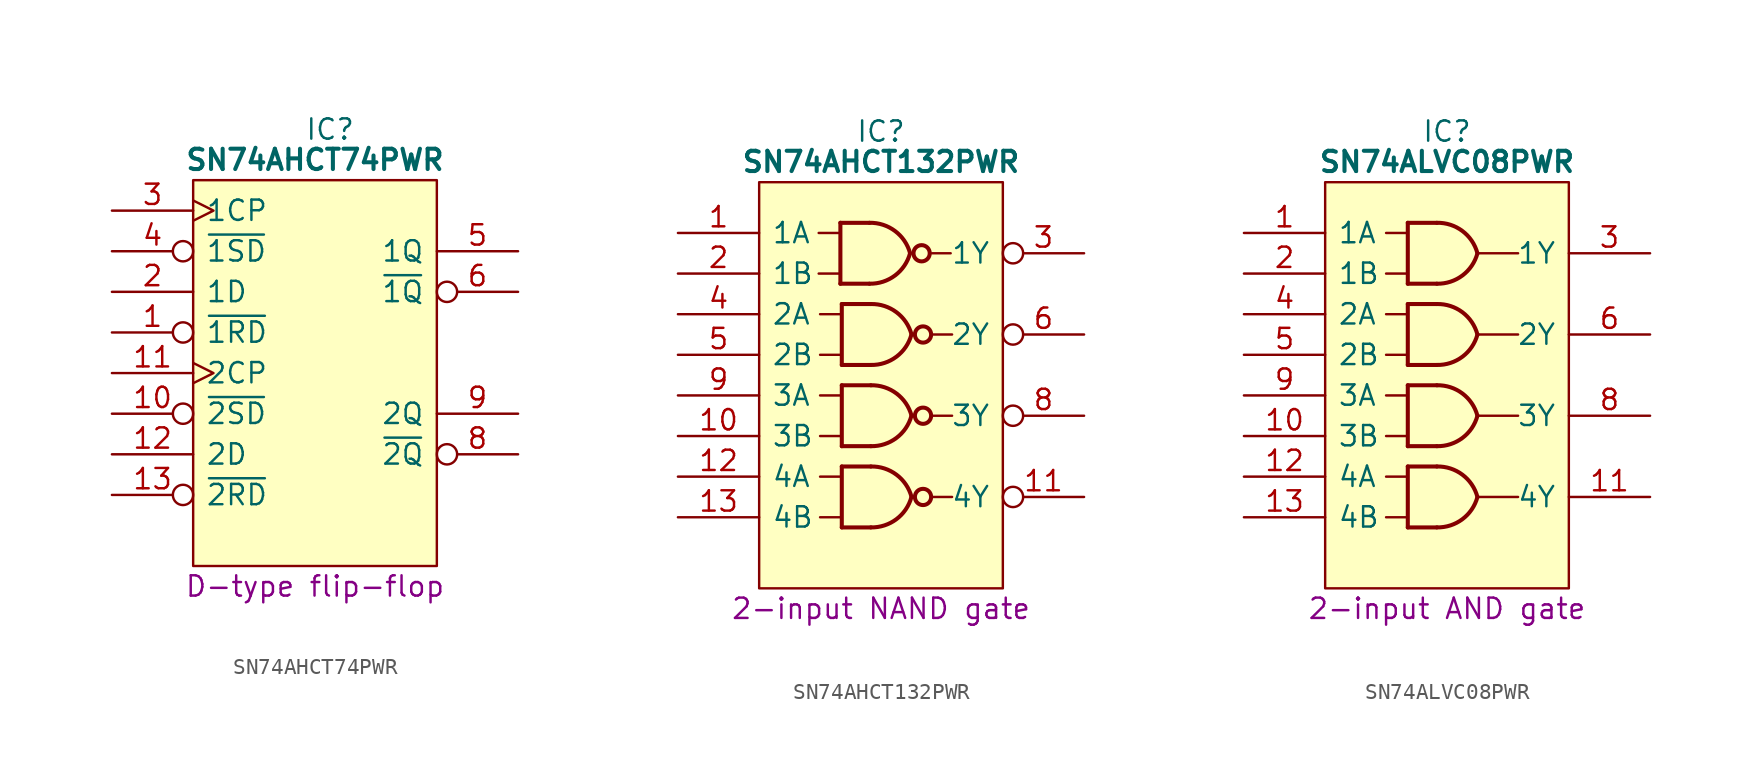
<source format=kicad_sym>
(kicad_symbol_lib
  (version 20241209)
  (generator "kicad_symbol_editor")
  (generator_version "9.0")
  (symbol "SN74AHCT74PWR"
    (pin_names
      (offset 0.762))
    (property "Reference" "IC"
      (at 12.065 5.08 0)
      (effects (font (size 1.27 1.27)) (justify left)))
    (property "Value" "SN74AHCT74PWR"
      (at 12.7 3.175 0)
      (effects (font (size 1.27 1.27) (bold yes))))
    (property "Description" "D-type flip-flop"
      (at 12.7 -23.495 0)
      (effects (font (size 1.27 1.27))))
    (symbol "SN74AHCT74PWR_0_0"
      (pin input clock (at 0 0 0) (length 5.08) (name "1CP" (effects (font (size 1.27 1.27)))) (number "3" (effects (font (size 1.27 1.27)))))
      (pin input inverted (at 0 -2.54 0) (length 5.08) (name "~{1SD}" (effects (font (size 1.27 1.27)))) (number "4" (effects (font (size 1.27 1.27)))))
      (pin input line (at 0 -5.08 0) (length 5.08) (name "1D" (effects (font (size 1.27 1.27)))) (number "2" (effects (font (size 1.27 1.27)))))
      (pin input inverted (at 0 -7.62 0) (length 5.08) (name "~{1RD}" (effects (font (size 1.27 1.27)))) (number "1" (effects (font (size 1.27 1.27)))))
      (pin input clock (at 0 -10.16 0) (length 5.08) (name "2CP" (effects (font (size 1.27 1.27)))) (number "11" (effects (font (size 1.27 1.27)))))
      (pin input inverted (at 0 -12.7 0) (length 5.08) (name "~{2SD}" (effects (font (size 1.27 1.27)))) (number "10" (effects (font (size 1.27 1.27)))))
      (pin input line (at 0 -15.24 0) (length 5.08) (name "2D" (effects (font (size 1.27 1.27)))) (number "12" (effects (font (size 1.27 1.27)))))
      (pin input inverted (at 0 -17.78 0) (length 5.08) (name "~{2RD}" (effects (font (size 1.27 1.27)))) (number "13" (effects (font (size 1.27 1.27)))))
      (pin passive line (at 0 -20.32 0) (length 5.08) (hide yes) (name "GND" (effects (font (size 1.27 1.27)))) (number "7" (effects (font (size 1.27 1.27)))))
      (pin output line (at 25.4 -2.54 180) (length 5.08) (name "1Q" (effects (font (size 1.27 1.27)))) (number "5" (effects (font (size 1.27 1.27)))))
      (pin output inverted (at 25.4 -5.08 180) (length 5.08) (name "~{1Q}" (effects (font (size 1.27 1.27)))) (number "6" (effects (font (size 1.27 1.27)))))
      (pin output line (at 25.4 -12.7 180) (length 5.08) (name "2Q" (effects (font (size 1.27 1.27)))) (number "9" (effects (font (size 1.27 1.27)))))
      (pin output inverted (at 25.4 -15.24 180) (length 5.08) (name "~{2Q}" (effects (font (size 1.27 1.27)))) (number "8" (effects (font (size 1.27 1.27))))))
    (symbol "SN74AHCT74PWR_0_1"
      (polyline (pts (xy 5.08 1.905) (xy 20.32 1.905) (xy 20.32 -22.225) (xy 5.08 -22.225) (xy 5.08 1.905)) (stroke (width 0.152) (type default)) (fill (type background))))
    (symbol "SN74AHCT74PWR_1_0"
      (pin passive line (at 25.4 0 180) (length 5.08) (hide yes) (name "5V" (effects (font (size 1.27 1.27)))) (number "14" (effects (font (size 1.27 1.27)))))))
  (symbol "SN74AHCT132PWR"
    (pin_names
      (offset 0.762))
    (property "Reference" "IC"
      (at 12.7 6.35 0)
      (effects (font (size 1.27 1.27))))
    (property "Value" "SN74AHCT132PWR"
      (at 12.7 4.445 0)
      (effects (font (size 1.27 1.27) (bold yes))))
    (property "Description" "2-input NAND gate"
      (at 12.7 -23.495 0)
      (effects (font (size 1.27 1.27))))
    (symbol "SN74AHCT132PWR_0_0"
      (pin input line (at 0 0 0) (length 5.08) (name "1A" (effects (font (size 1.27 1.27)))) (number "1" (effects (font (size 1.27 1.27)))))
      (pin input line (at 0 -2.54 0) (length 5.08) (name "1B" (effects (font (size 1.27 1.27)))) (number "2" (effects (font (size 1.27 1.27)))))
      (pin input line (at 0 -5.08 0) (length 5.08) (name "2A" (effects (font (size 1.27 1.27)))) (number "4" (effects (font (size 1.27 1.27)))))
      (pin input line (at 0 -7.62 0) (length 5.08) (name "2B" (effects (font (size 1.27 1.27)))) (number "5" (effects (font (size 1.27 1.27)))))
      (pin input line (at 0 -10.16 0) (length 5.08) (name "3A" (effects (font (size 1.27 1.27)))) (number "9" (effects (font (size 1.27 1.27)))))
      (pin input line (at 0 -12.7 0) (length 5.08) (name "3B" (effects (font (size 1.27 1.27)))) (number "10" (effects (font (size 1.27 1.27)))))
      (pin input line (at 0 -15.24 0) (length 5.08) (name "4A" (effects (font (size 1.27 1.27)))) (number "12" (effects (font (size 1.27 1.27)))))
      (pin input line (at 0 -17.78 0) (length 5.08) (name "4B" (effects (font (size 1.27 1.27)))) (number "13" (effects (font (size 1.27 1.27)))))
      (pin passive line (at 0 -20.32 0) (length 5.08) (hide yes) (name "GND" (effects (font (size 1.27 1.27)))) (number "7" (effects (font (size 1.27 1.27)))))
      (pin output inverted (at 25.4 -1.27 180) (length 5.08) (name "1Y" (effects (font (size 1.27 1.27)))) (number "3" (effects (font (size 1.27 1.27)))))
      (pin output inverted (at 25.4 -6.35 180) (length 5.08) (name "2Y" (effects (font (size 1.27 1.27)))) (number "6" (effects (font (size 1.27 1.27)))))
      (pin output inverted (at 25.4 -11.43 180) (length 5.08) (name "3Y" (effects (font (size 1.27 1.27)))) (number "8" (effects (font (size 1.27 1.27)))))
      (pin output inverted (at 25.4 -16.51 180) (length 5.08) (name "4Y" (effects (font (size 1.27 1.27)))) (number "11" (effects (font (size 1.27 1.27))))))
    (symbol "SN74AHCT132PWR_0_1"
      (polyline (pts (xy 5.08 3.175) (xy 20.32 3.175) (xy 20.32 -22.225) (xy 5.08 -22.225) (xy 5.08 3.175)) (stroke (width 0.152) (type default)) (fill (type background)))
      (polyline (pts (xy 8.802 0) (xy 10.072 0)) (stroke (width 0) (type default)) (fill (type none)))
      (polyline (pts (xy 8.802 -2.54) (xy 10.072 -2.54)) (stroke (width 0) (type default)) (fill (type none)))
      (polyline (pts (xy 8.89 -5.08) (xy 10.16 -5.08)) (stroke (width 0) (type default)) (fill (type none)))
      (polyline (pts (xy 8.89 -7.62) (xy 10.16 -7.62)) (stroke (width 0) (type default)) (fill (type none)))
      (polyline (pts (xy 8.89 -10.16) (xy 10.16 -10.16)) (stroke (width 0) (type default)) (fill (type none)))
      (polyline (pts (xy 8.89 -12.7) (xy 10.16 -12.7)) (stroke (width 0) (type default)) (fill (type none)))
      (polyline (pts (xy 8.89 -15.24) (xy 10.16 -15.24)) (stroke (width 0) (type default)) (fill (type none)))
      (polyline (pts (xy 8.89 -17.78) (xy 10.16 -17.78)) (stroke (width 0) (type default)) (fill (type none)))
      (polyline (pts (xy 10.16 0.635) (xy 10.16 -3.175)) (stroke (width 0.254) (type default)) (fill (type background)))
      (polyline (pts (xy 10.248 -4.445) (xy 10.248 -8.255)) (stroke (width 0.254) (type default)) (fill (type background)))
      (polyline (pts (xy 10.248 -9.525) (xy 10.248 -13.335)) (stroke (width 0.254) (type default)) (fill (type background)))
      (polyline (pts (xy 10.248 -14.605) (xy 10.248 -18.415)) (stroke (width 0.254) (type default)) (fill (type background)))
      (polyline (pts (xy 11.977 0.635) (xy 10.16 0.635)) (stroke (width 0.254) (type default)) (fill (type background)))
      (polyline (pts (xy 11.977 -3.175) (xy 10.16 -3.175)) (stroke (width 0.254) (type default)) (fill (type background)))
      (arc (start 14.517 -1.27) (mid 13.5755 -2.6605) (end 11.977 -3.175) (stroke (width 0.254) (type default)) (fill (type none)))
      (arc (start 11.977 0.635) (mid 13.576 0.1212) (end 14.517 -1.27) (stroke (width 0.254) (type default)) (fill (type none)))
      (polyline (pts (xy 12.065 -4.445) (xy 10.248 -4.445)) (stroke (width 0.254) (type default)) (fill (type background)))
      (polyline (pts (xy 12.065 -8.255) (xy 10.248 -8.255)) (stroke (width 0.254) (type default)) (fill (type background)))
      (polyline (pts (xy 12.065 -9.525) (xy 10.248 -9.525)) (stroke (width 0.254) (type default)) (fill (type background)))
      (polyline (pts (xy 12.065 -13.335) (xy 10.248 -13.335)) (stroke (width 0.254) (type default)) (fill (type background)))
      (polyline (pts (xy 12.065 -14.605) (xy 10.248 -14.605)) (stroke (width 0.254) (type default)) (fill (type background)))
      (polyline (pts (xy 12.065 -18.415) (xy 10.248 -18.415)) (stroke (width 0.254) (type default)) (fill (type background)))
      (arc (start 14.605 -6.35) (mid 13.6635 -7.7405) (end 12.065 -8.255) (stroke (width 0.254) (type default)) (fill (type none)))
      (arc (start 14.605 -11.43) (mid 13.6635 -12.8205) (end 12.065 -13.335) (stroke (width 0.254) (type default)) (fill (type none)))
      (arc (start 14.605 -16.51) (mid 13.6635 -17.9005) (end 12.065 -18.415) (stroke (width 0.254) (type default)) (fill (type none)))
      (arc (start 12.065 -4.445) (mid 13.664 -4.9588) (end 14.605 -6.35) (stroke (width 0.254) (type default)) (fill (type none)))
      (arc (start 12.065 -9.525) (mid 13.664 -10.0388) (end 14.605 -11.43) (stroke (width 0.254) (type default)) (fill (type none)))
      (arc (start 12.065 -14.605) (mid 13.664 -15.1188) (end 14.605 -16.51) (stroke (width 0.254) (type default)) (fill (type none)))
      (circle (center 15.24 -1.27) (radius 0.508) (stroke (width 0.254) (type default)) (fill (type none)))
      (circle (center 15.328 -6.35) (radius 0.508) (stroke (width 0.254) (type default)) (fill (type none)))
      (circle (center 15.328 -11.43) (radius 0.508) (stroke (width 0.254) (type default)) (fill (type none)))
      (circle (center 15.328 -16.51) (radius 0.508) (stroke (width 0.254) (type default)) (fill (type none)))
      (polyline (pts (xy 15.875 -1.27) (xy 17.057 -1.27)) (stroke (width 0) (type default)) (fill (type none)))
      (polyline (pts (xy 15.963 -6.35) (xy 17.145 -6.35)) (stroke (width 0) (type default)) (fill (type none)))
      (polyline (pts (xy 15.963 -11.43) (xy 17.145 -11.43)) (stroke (width 0) (type default)) (fill (type none)))
      (polyline (pts (xy 15.963 -16.51) (xy 17.145 -16.51)) (stroke (width 0) (type default)) (fill (type none))))
    (symbol "SN74AHCT132PWR_1_0"
      (pin passive line (at 25.4 1.27 180) (length 5.08) (hide yes) (name "5V" (effects (font (size 1.27 1.27)))) (number "14" (effects (font (size 1.27 1.27)))))))
  (symbol "SN74ALVC08PWR"
    (pin_names
      (offset 0.762))
    (property "Reference" "IC"
      (at 12.7 6.35 0)
      (effects (font (size 1.27 1.27))))
    (property "Value" "SN74ALVC08PWR"
      (at 12.7 4.445 0)
      (effects (font (size 1.27 1.27) (bold yes))))
    (property "Description" "2-input AND gate"
      (at 12.7 -23.495 0)
      (effects (font (size 1.27 1.27))))
    (symbol "SN74ALVC08PWR_0_0"
      (pin input line (at 0 0 0) (length 5.08) (name "1A" (effects (font (size 1.27 1.27)))) (number "1" (effects (font (size 1.27 1.27)))))
      (pin input line (at 0 -2.54 0) (length 5.08) (name "1B" (effects (font (size 1.27 1.27)))) (number "2" (effects (font (size 1.27 1.27)))))
      (pin input line (at 0 -5.08 0) (length 5.08) (name "2A" (effects (font (size 1.27 1.27)))) (number "4" (effects (font (size 1.27 1.27)))))
      (pin input line (at 0 -7.62 0) (length 5.08) (name "2B" (effects (font (size 1.27 1.27)))) (number "5" (effects (font (size 1.27 1.27)))))
      (pin input line (at 0 -10.16 0) (length 5.08) (name "3A" (effects (font (size 1.27 1.27)))) (number "9" (effects (font (size 1.27 1.27)))))
      (pin input line (at 0 -12.7 0) (length 5.08) (name "3B" (effects (font (size 1.27 1.27)))) (number "10" (effects (font (size 1.27 1.27)))))
      (pin input line (at 0 -15.24 0) (length 5.08) (name "4A" (effects (font (size 1.27 1.27)))) (number "12" (effects (font (size 1.27 1.27)))))
      (pin input line (at 0 -17.78 0) (length 5.08) (name "4B" (effects (font (size 1.27 1.27)))) (number "13" (effects (font (size 1.27 1.27)))))
      (pin passive line (at 0 -20.32 0) (length 5.08) (hide yes) (name "GND" (effects (font (size 1.27 1.27)))) (number "7" (effects (font (size 1.27 1.27)))))
      (pin passive line (at 25.4 1.27 180) (length 5.08) (hide yes) (name "3V" (effects (font (size 1.27 1.27)))) (number "14" (effects (font (size 1.27 1.27)))))
      (pin passive line (at 25.4 -1.27 180) (length 5.08) (name "1Y" (effects (font (size 1.27 1.27)))) (number "3" (effects (font (size 1.27 1.27)))))
      (pin passive line (at 25.4 -6.35 180) (length 5.08) (name "2Y" (effects (font (size 1.27 1.27)))) (number "6" (effects (font (size 1.27 1.27)))))
      (pin passive line (at 25.4 -11.43 180) (length 5.08) (name "3Y" (effects (font (size 1.27 1.27)))) (number "8" (effects (font (size 1.27 1.27)))))
      (pin passive line (at 25.4 -16.51 180) (length 5.08) (name "4Y" (effects (font (size 1.27 1.27)))) (number "11" (effects (font (size 1.27 1.27))))))
    (symbol "SN74ALVC08PWR_0_1"
      (polyline (pts (xy 5.08 3.175) (xy 20.32 3.175) (xy 20.32 -22.225) (xy 5.08 -22.225) (xy 5.08 3.175)) (stroke (width 0.152) (type default)) (fill (type background)))
      (polyline (pts (xy 8.89 0) (xy 10.16 0)) (stroke (width 0) (type default)) (fill (type none)))
      (polyline (pts (xy 8.89 -2.54) (xy 10.16 -2.54)) (stroke (width 0) (type default)) (fill (type none)))
      (polyline (pts (xy 8.89 -5.08) (xy 10.16 -5.08)) (stroke (width 0) (type default)) (fill (type none)))
      (polyline (pts (xy 8.89 -7.62) (xy 10.16 -7.62)) (stroke (width 0) (type default)) (fill (type none)))
      (polyline (pts (xy 8.89 -10.16) (xy 10.16 -10.16)) (stroke (width 0) (type default)) (fill (type none)))
      (polyline (pts (xy 8.89 -12.7) (xy 10.16 -12.7)) (stroke (width 0) (type default)) (fill (type none)))
      (polyline (pts (xy 8.89 -15.24) (xy 10.16 -15.24)) (stroke (width 0) (type default)) (fill (type none)))
      (polyline (pts (xy 8.89 -17.78) (xy 10.16 -17.78)) (stroke (width 0) (type default)) (fill (type none)))
      (polyline (pts (xy 10.248 0.635) (xy 10.248 -3.175)) (stroke (width 0.254) (type default)) (fill (type background)))
      (polyline (pts (xy 10.248 -4.445) (xy 10.248 -8.255)) (stroke (width 0.254) (type default)) (fill (type background)))
      (polyline (pts (xy 10.248 -9.525) (xy 10.248 -13.335)) (stroke (width 0.254) (type default)) (fill (type background)))
      (polyline (pts (xy 10.248 -14.605) (xy 10.248 -18.415)) (stroke (width 0.254) (type default)) (fill (type background)))
      (polyline (pts (xy 12.065 0.635) (xy 10.248 0.635)) (stroke (width 0.254) (type default)) (fill (type background)))
      (polyline (pts (xy 12.065 -3.175) (xy 10.248 -3.175)) (stroke (width 0.254) (type default)) (fill (type background)))
      (polyline (pts (xy 12.065 -4.445) (xy 10.248 -4.445)) (stroke (width 0.254) (type default)) (fill (type background)))
      (polyline (pts (xy 12.065 -8.255) (xy 10.248 -8.255)) (stroke (width 0.254) (type default)) (fill (type background)))
      (polyline (pts (xy 12.065 -9.525) (xy 10.248 -9.525)) (stroke (width 0.254) (type default)) (fill (type background)))
      (polyline (pts (xy 12.065 -13.335) (xy 10.248 -13.335)) (stroke (width 0.254) (type default)) (fill (type background)))
      (polyline (pts (xy 12.065 -14.605) (xy 10.248 -14.605)) (stroke (width 0.254) (type default)) (fill (type background)))
      (polyline (pts (xy 12.065 -18.415) (xy 10.248 -18.415)) (stroke (width 0.254) (type default)) (fill (type background)))
      (arc (start 14.605 -1.27) (mid 13.6635 -2.6605) (end 12.065 -3.175) (stroke (width 0.254) (type default)) (fill (type none)))
      (arc (start 14.605 -6.35) (mid 13.6635 -7.7405) (end 12.065 -8.255) (stroke (width 0.254) (type default)) (fill (type none)))
      (arc (start 14.605 -11.43) (mid 13.6635 -12.8205) (end 12.065 -13.335) (stroke (width 0.254) (type default)) (fill (type none)))
      (arc (start 14.605 -16.51) (mid 13.6635 -17.9005) (end 12.065 -18.415) (stroke (width 0.254) (type default)) (fill (type none)))
      (arc (start 12.065 -4.445) (mid 13.6646 -4.9581) (end 14.605 -6.35) (stroke (width 0.254) (type default)) (fill (type none)))
      (arc (start 12.065 -9.525) (mid 13.6646 -10.0381) (end 14.605 -11.43) (stroke (width 0.254) (type default)) (fill (type none)))
      (arc (start 12.065 -14.605) (mid 13.6646 -15.1181) (end 14.605 -16.51) (stroke (width 0.254) (type default)) (fill (type none)))
      (arc (start 12.065 0.635) (mid 13.6649 0.1222) (end 14.605 -1.27) (stroke (width 0.254) (type default)) (fill (type none)))
      (polyline (pts (xy 14.605 -1.27) (xy 17.145 -1.27)) (stroke (width 0) (type default)) (fill (type none)))
      (polyline (pts (xy 14.605 -6.35) (xy 17.145 -6.35)) (stroke (width 0) (type default)) (fill (type none)))
      (polyline (pts (xy 14.605 -11.43) (xy 17.145 -11.43)) (stroke (width 0) (type default)) (fill (type none)))
      (polyline (pts (xy 14.605 -16.51) (xy 17.145 -16.51)) (stroke (width 0) (type default)) (fill (type none))))))
</source>
